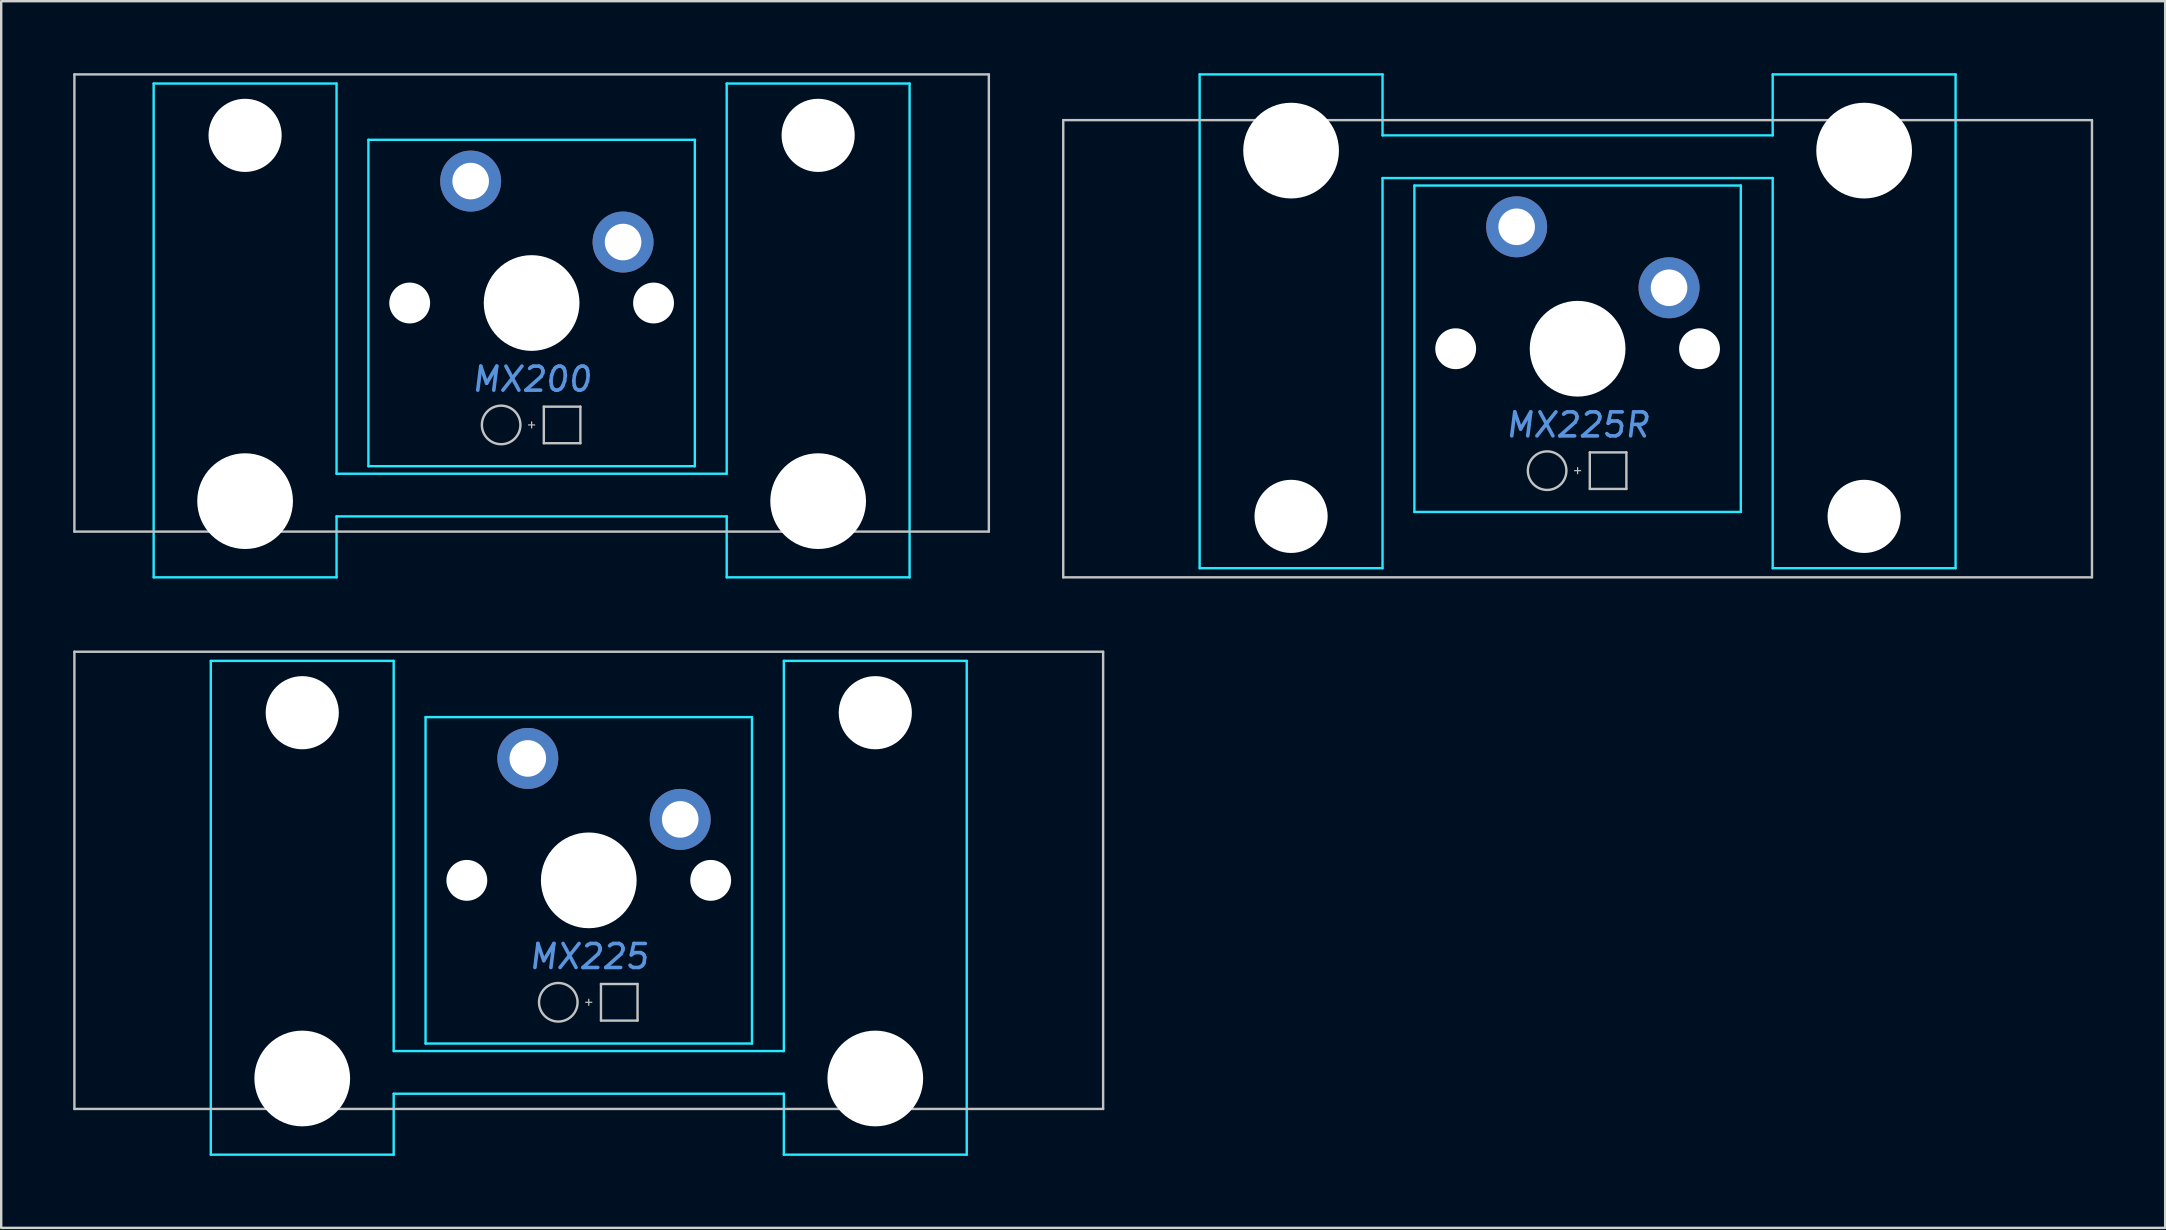
<source format=kicad_pcb>
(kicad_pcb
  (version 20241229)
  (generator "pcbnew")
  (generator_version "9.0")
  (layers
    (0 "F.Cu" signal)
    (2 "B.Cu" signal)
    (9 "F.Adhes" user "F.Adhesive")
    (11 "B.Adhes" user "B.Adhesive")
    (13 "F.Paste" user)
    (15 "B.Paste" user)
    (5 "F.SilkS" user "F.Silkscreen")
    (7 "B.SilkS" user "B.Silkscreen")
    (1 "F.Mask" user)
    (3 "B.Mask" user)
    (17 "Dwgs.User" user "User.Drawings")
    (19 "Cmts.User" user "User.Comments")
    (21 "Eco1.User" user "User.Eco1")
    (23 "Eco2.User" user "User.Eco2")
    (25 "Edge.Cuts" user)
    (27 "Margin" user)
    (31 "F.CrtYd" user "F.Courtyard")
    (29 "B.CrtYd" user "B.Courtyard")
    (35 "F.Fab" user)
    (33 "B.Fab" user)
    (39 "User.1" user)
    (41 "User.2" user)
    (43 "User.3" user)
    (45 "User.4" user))
  (footprint "MX225"
    (layer "F.Cu")
    (at 21.481 33.63)
    (property "Reference" "MX225" (at 0 3.175 0) (layer "Cmts.User") (effects (font (size 1 1) (thickness 0.15) (italic yes))))
    (attr through_hole)
    (fp_line (start -21.431 -9.525) (end -21.431 9.525) (stroke (width 0.1) (type solid)) (layer "Dwgs.User"))
    (fp_line (start -21.431 -9.525) (end 21.431 -9.525) (stroke (width 0.1) (type solid)) (layer "Dwgs.User"))
    (fp_line (start -21.431 9.525) (end 21.431 9.525) (stroke (width 0.1) (type solid)) (layer "Dwgs.User"))
    (fp_line (start -0.127 5.08) (end 0.127 5.08) (stroke (width 0.05) (type solid)) (layer "Dwgs.User"))
    (fp_line (start 0 5.207) (end 0 4.953) (stroke (width 0.05) (type solid)) (layer "Dwgs.User"))
    (fp_line (start 0.508 4.318) (end 0.508 5.842) (stroke (width 0.1) (type solid)) (layer "Dwgs.User"))
    (fp_line (start 0.508 4.318) (end 2.032 4.318) (stroke (width 0.1) (type solid)) (layer "Dwgs.User"))
    (fp_line (start 0.508 5.842) (end 2.032 5.842) (stroke (width 0.1) (type solid)) (layer "Dwgs.User"))
    (fp_line (start 2.032 5.842) (end 2.032 4.318) (stroke (width 0.1) (type solid)) (layer "Dwgs.User"))
    (fp_line (start 21.431 -9.525) (end 21.431 9.525) (stroke (width 0.1) (type solid)) (layer "Dwgs.User"))
    (fp_circle (center -1.27 5.08) (end -0.467 5.08) (stroke (width 0.1) (type solid)) (fill no) (layer "Dwgs.User"))
    (fp_line (start -15.748 -9.144) (end -8.128 -9.144) (stroke (width 0.1) (type solid)) (layer "B.CrtYd"))
    (fp_line (start -15.748 11.43) (end -15.748 -9.144) (stroke (width 0.1) (type solid)) (layer "B.CrtYd"))
    (fp_line (start -8.128 -9.144) (end -8.128 7.112) (stroke (width 0.1) (type solid)) (layer "B.CrtYd"))
    (fp_line (start -8.128 7.112) (end 8.128 7.112) (stroke (width 0.1) (type solid)) (layer "B.CrtYd"))
    (fp_line (start -8.128 8.89) (end 8.128 8.89) (stroke (width 0.1) (type solid)) (layer "B.CrtYd"))
    (fp_line (start -8.128 11.43) (end -15.748 11.43) (stroke (width 0.1) (type solid)) (layer "B.CrtYd"))
    (fp_line (start -8.128 11.43) (end -8.128 8.89) (stroke (width 0.1) (type solid)) (layer "B.CrtYd"))
    (fp_line (start -6.8 6.8) (end -6.8 -6.8) (stroke (width 0.1) (type solid)) (layer "B.CrtYd"))
    (fp_line (start 6.8 -6.8) (end -6.8 -6.8) (stroke (width 0.1) (type solid)) (layer "B.CrtYd"))
    (fp_line (start 6.8 6.8) (end -6.8 6.8) (stroke (width 0.1) (type solid)) (layer "B.CrtYd"))
    (fp_line (start 6.8 6.8) (end 6.8 -6.8) (stroke (width 0.1) (type solid)) (layer "B.CrtYd"))
    (fp_line (start 8.128 -9.144) (end 8.128 7.112) (stroke (width 0.1) (type solid)) (layer "B.CrtYd"))
    (fp_line (start 8.128 -9.144) (end 15.748 -9.144) (stroke (width 0.1) (type solid)) (layer "B.CrtYd"))
    (fp_line (start 8.128 11.43) (end 8.128 8.89) (stroke (width 0.1) (type solid)) (layer "B.CrtYd"))
    (fp_line (start 15.748 -9.144) (end 15.748 11.43) (stroke (width 0.1) (type solid)) (layer "B.CrtYd"))
    (fp_line (start 15.748 11.43) (end 8.128 11.43) (stroke (width 0.1) (type solid)) (layer "B.CrtYd"))
    (pad "" np_thru_hole circle (at -11.938 -6.985) (size 3.048 3.048) (drill 3.048) (layers "*.Cu" "*.Mask"))
    (pad "" np_thru_hole circle (at -11.938 8.255) (size 3.988 3.988) (drill 3.988) (layers "*.Cu" "*.Mask"))
    (pad "" np_thru_hole circle (at -5.08 0) (size 1.702 1.702) (drill 1.702) (layers "*.Cu" "*.Mask"))
    (pad "" connect circle (at -2.54 -5.08) (size 1.524 1.524) (layers "B.Mask"))
    (pad "" np_thru_hole circle (at 0 0) (size 3.988 3.988) (drill 3.988) (layers "*.Cu" "*.Mask"))
    (pad "" connect circle (at 3.81 -2.54) (size 1.524 1.524) (layers "B.Mask"))
    (pad "" np_thru_hole circle (at 5.08 0) (size 1.702 1.702) (drill 1.702) (layers "*.Cu" "*.Mask"))
    (pad "" np_thru_hole circle (at 11.938 -6.985) (size 3.048 3.048) (drill 3.048) (layers "*.Cu" "*.Mask"))
    (pad "" np_thru_hole circle (at 11.938 8.255) (size 3.988 3.988) (drill 3.988) (layers "*.Cu" "*.Mask"))
    (pad "1" thru_hole circle (at -2.54 -5.08) (size 2.54 2.54) (drill 1.524) (layers "*.Cu" "F.Mask"))
    (pad "2" thru_hole circle (at 3.81 -2.54) (size 2.54 2.54) (drill 1.524) (layers "*.Cu" "F.Mask")))
  (footprint "MX225R"
    (layer "F.Cu")
    (at 62.681 11.48)
    (property "Reference" "MX225R" (at 0 3.175 0) (layer "Cmts.User") (effects (font (size 1 1) (thickness 0.15) (italic yes))))
    (attr through_hole)
    (fp_line (start -21.431 -9.525) (end -21.431 9.525) (stroke (width 0.1) (type solid)) (layer "Dwgs.User"))
    (fp_line (start -21.431 -9.525) (end 21.431 -9.525) (stroke (width 0.1) (type solid)) (layer "Dwgs.User"))
    (fp_line (start -21.431 9.525) (end 21.431 9.525) (stroke (width 0.1) (type solid)) (layer "Dwgs.User"))
    (fp_line (start -0.127 5.08) (end 0.127 5.08) (stroke (width 0.05) (type solid)) (layer "Dwgs.User"))
    (fp_line (start 0 5.207) (end 0 4.953) (stroke (width 0.05) (type solid)) (layer "Dwgs.User"))
    (fp_line (start 0.508 4.318) (end 0.508 5.842) (stroke (width 0.1) (type solid)) (layer "Dwgs.User"))
    (fp_line (start 0.508 4.318) (end 2.032 4.318) (stroke (width 0.1) (type solid)) (layer "Dwgs.User"))
    (fp_line (start 0.508 5.842) (end 2.032 5.842) (stroke (width 0.1) (type solid)) (layer "Dwgs.User"))
    (fp_line (start 2.032 5.842) (end 2.032 4.318) (stroke (width 0.1) (type solid)) (layer "Dwgs.User"))
    (fp_line (start 21.431 -9.525) (end 21.431 9.525) (stroke (width 0.1) (type solid)) (layer "Dwgs.User"))
    (fp_circle (center -1.27 5.08) (end -0.467 5.08) (stroke (width 0.1) (type solid)) (fill no) (layer "Dwgs.User"))
    (fp_line (start -15.748 -11.43) (end -8.128 -11.43) (stroke (width 0.1) (type solid)) (layer "B.CrtYd"))
    (fp_line (start -15.748 9.144) (end -15.748 -11.43) (stroke (width 0.1) (type solid)) (layer "B.CrtYd"))
    (fp_line (start -8.128 -11.43) (end -8.128 -8.89) (stroke (width 0.1) (type solid)) (layer "B.CrtYd"))
    (fp_line (start -8.128 9.144) (end -15.748 9.144) (stroke (width 0.1) (type solid)) (layer "B.CrtYd"))
    (fp_line (start -8.128 9.144) (end -8.128 -7.112) (stroke (width 0.1) (type solid)) (layer "B.CrtYd"))
    (fp_line (start -6.8 6.8) (end -6.8 -6.8) (stroke (width 0.1) (type solid)) (layer "B.CrtYd"))
    (fp_line (start 6.8 -6.8) (end -6.8 -6.8) (stroke (width 0.1) (type solid)) (layer "B.CrtYd"))
    (fp_line (start 6.8 6.8) (end -6.8 6.8) (stroke (width 0.1) (type solid)) (layer "B.CrtYd"))
    (fp_line (start 6.8 6.8) (end 6.8 -6.8) (stroke (width 0.1) (type solid)) (layer "B.CrtYd"))
    (fp_line (start 8.128 -11.43) (end 8.128 -8.89) (stroke (width 0.1) (type solid)) (layer "B.CrtYd"))
    (fp_line (start 8.128 -11.43) (end 15.748 -11.43) (stroke (width 0.1) (type solid)) (layer "B.CrtYd"))
    (fp_line (start 8.128 -8.89) (end -8.128 -8.89) (stroke (width 0.1) (type solid)) (layer "B.CrtYd"))
    (fp_line (start 8.128 -7.112) (end -8.128 -7.112) (stroke (width 0.1) (type solid)) (layer "B.CrtYd"))
    (fp_line (start 8.128 9.144) (end 8.128 -7.112) (stroke (width 0.1) (type solid)) (layer "B.CrtYd"))
    (fp_line (start 15.748 -11.43) (end 15.748 9.144) (stroke (width 0.1) (type solid)) (layer "B.CrtYd"))
    (fp_line (start 15.748 9.144) (end 8.128 9.144) (stroke (width 0.1) (type solid)) (layer "B.CrtYd"))
    (pad "" np_thru_hole circle (at -11.938 -8.255 180) (size 3.988 3.988) (drill 3.988) (layers "*.Cu" "*.Mask"))
    (pad "" np_thru_hole circle (at -11.938 6.985 180) (size 3.048 3.048) (drill 3.048) (layers "*.Cu" "*.Mask"))
    (pad "" np_thru_hole circle (at -5.08 0) (size 1.702 1.702) (drill 1.702) (layers "*.Cu" "*.Mask"))
    (pad "" connect circle (at -2.54 -5.08) (size 1.524 1.524) (layers "B.Mask"))
    (pad "" np_thru_hole circle (at 0 0) (size 3.988 3.988) (drill 3.988) (layers "*.Cu" "*.Mask"))
    (pad "" connect circle (at 3.81 -2.54) (size 1.524 1.524) (layers "B.Mask"))
    (pad "" np_thru_hole circle (at 5.08 0) (size 1.702 1.702) (drill 1.702) (layers "*.Cu" "*.Mask"))
    (pad "" np_thru_hole circle (at 11.938 -8.255 180) (size 3.988 3.988) (drill 3.988) (layers "*.Cu" "*.Mask"))
    (pad "" np_thru_hole circle (at 11.938 6.985 180) (size 3.048 3.048) (drill 3.048) (layers "*.Cu" "*.Mask"))
    (pad "1" thru_hole circle (at -2.54 -5.08) (size 2.54 2.54) (drill 1.524) (layers "*.Cu" "F.Mask"))
    (pad "2" thru_hole circle (at 3.81 -2.54) (size 2.54 2.54) (drill 1.524) (layers "*.Cu" "F.Mask")))
  (footprint "MX200"
    (layer "F.Cu")
    (at 19.1 9.575)
    (property "Reference" "MX200" (at 0 3.175 0) (layer "Cmts.User") (effects (font (size 1 1) (thickness 0.15) (italic yes))))
    (attr through_hole)
    (fp_line (start -19.05 -9.525) (end -19.05 9.525) (stroke (width 0.1) (type solid)) (layer "Dwgs.User"))
    (fp_line (start -19.05 -9.525) (end 19.05 -9.525) (stroke (width 0.1) (type solid)) (layer "Dwgs.User"))
    (fp_line (start -19.05 9.525) (end 19.05 9.525) (stroke (width 0.1) (type solid)) (layer "Dwgs.User"))
    (fp_line (start -0.127 5.08) (end 0.127 5.08) (stroke (width 0.05) (type solid)) (layer "Dwgs.User"))
    (fp_line (start 0 5.207) (end 0 4.953) (stroke (width 0.05) (type solid)) (layer "Dwgs.User"))
    (fp_line (start 0.508 4.318) (end 0.508 5.842) (stroke (width 0.1) (type solid)) (layer "Dwgs.User"))
    (fp_line (start 0.508 4.318) (end 2.032 4.318) (stroke (width 0.1) (type solid)) (layer "Dwgs.User"))
    (fp_line (start 0.508 5.842) (end 2.032 5.842) (stroke (width 0.1) (type solid)) (layer "Dwgs.User"))
    (fp_line (start 2.032 5.842) (end 2.032 4.318) (stroke (width 0.1) (type solid)) (layer "Dwgs.User"))
    (fp_line (start 19.05 -9.525) (end 19.05 9.525) (stroke (width 0.1) (type solid)) (layer "Dwgs.User"))
    (fp_circle (center -1.27 5.08) (end -0.467 5.08) (stroke (width 0.1) (type solid)) (fill no) (layer "Dwgs.User"))
    (fp_line (start -15.748 -9.144) (end -8.128 -9.144) (stroke (width 0.1) (type solid)) (layer "B.CrtYd"))
    (fp_line (start -15.748 11.43) (end -15.748 -9.144) (stroke (width 0.1) (type solid)) (layer "B.CrtYd"))
    (fp_line (start -8.128 -9.144) (end -8.128 7.112) (stroke (width 0.1) (type solid)) (layer "B.CrtYd"))
    (fp_line (start -8.128 7.112) (end 8.128 7.112) (stroke (width 0.1) (type solid)) (layer "B.CrtYd"))
    (fp_line (start -8.128 8.89) (end 8.128 8.89) (stroke (width 0.1) (type solid)) (layer "B.CrtYd"))
    (fp_line (start -8.128 11.43) (end -15.748 11.43) (stroke (width 0.1) (type solid)) (layer "B.CrtYd"))
    (fp_line (start -8.128 11.43) (end -8.128 8.89) (stroke (width 0.1) (type solid)) (layer "B.CrtYd"))
    (fp_line (start -6.8 6.8) (end -6.8 -6.8) (stroke (width 0.1) (type solid)) (layer "B.CrtYd"))
    (fp_line (start 6.8 -6.8) (end -6.8 -6.8) (stroke (width 0.1) (type solid)) (layer "B.CrtYd"))
    (fp_line (start 6.8 6.8) (end -6.8 6.8) (stroke (width 0.1) (type solid)) (layer "B.CrtYd"))
    (fp_line (start 6.8 6.8) (end 6.8 -6.8) (stroke (width 0.1) (type solid)) (layer "B.CrtYd"))
    (fp_line (start 8.128 -9.144) (end 8.128 7.112) (stroke (width 0.1) (type solid)) (layer "B.CrtYd"))
    (fp_line (start 8.128 -9.144) (end 15.748 -9.144) (stroke (width 0.1) (type solid)) (layer "B.CrtYd"))
    (fp_line (start 8.128 11.43) (end 8.128 8.89) (stroke (width 0.1) (type solid)) (layer "B.CrtYd"))
    (fp_line (start 15.748 -9.144) (end 15.748 11.43) (stroke (width 0.1) (type solid)) (layer "B.CrtYd"))
    (fp_line (start 15.748 11.43) (end 8.128 11.43) (stroke (width 0.1) (type solid)) (layer "B.CrtYd"))
    (pad "" np_thru_hole circle (at -11.938 -6.985) (size 3.048 3.048) (drill 3.048) (layers "*.Cu" "*.Mask"))
    (pad "" np_thru_hole circle (at -11.938 8.255) (size 3.988 3.988) (drill 3.988) (layers "*.Cu" "*.Mask"))
    (pad "" np_thru_hole circle (at -5.08 0) (size 1.702 1.702) (drill 1.702) (layers "*.Cu" "*.Mask"))
    (pad "" connect circle (at -2.54 -5.08) (size 1.524 1.524) (layers "B.Mask"))
    (pad "" np_thru_hole circle (at 0 0) (size 3.988 3.988) (drill 3.988) (layers "*.Cu" "*.Mask"))
    (pad "" connect circle (at 3.81 -2.54) (size 1.524 1.524) (layers "B.Mask"))
    (pad "" np_thru_hole circle (at 5.08 0) (size 1.702 1.702) (drill 1.702) (layers "*.Cu" "*.Mask"))
    (pad "" np_thru_hole circle (at 11.938 -6.985) (size 3.048 3.048) (drill 3.048) (layers "*.Cu" "*.Mask"))
    (pad "" np_thru_hole circle (at 11.938 8.255) (size 3.988 3.988) (drill 3.988) (layers "*.Cu" "*.Mask"))
    (pad "1" thru_hole circle (at -2.54 -5.08) (size 2.54 2.54) (drill 1.524) (layers "*.Cu" "F.Mask"))
    (pad "2" thru_hole circle (at 3.81 -2.54) (size 2.54 2.54) (drill 1.524) (layers "*.Cu" "F.Mask")))
  (gr_rect
    (start -3 -3)
    (end 87.162 48.11)
    (stroke (width 0.1) (type default))
    (fill no)
    (layer "Edge.Cuts")))
</source>
